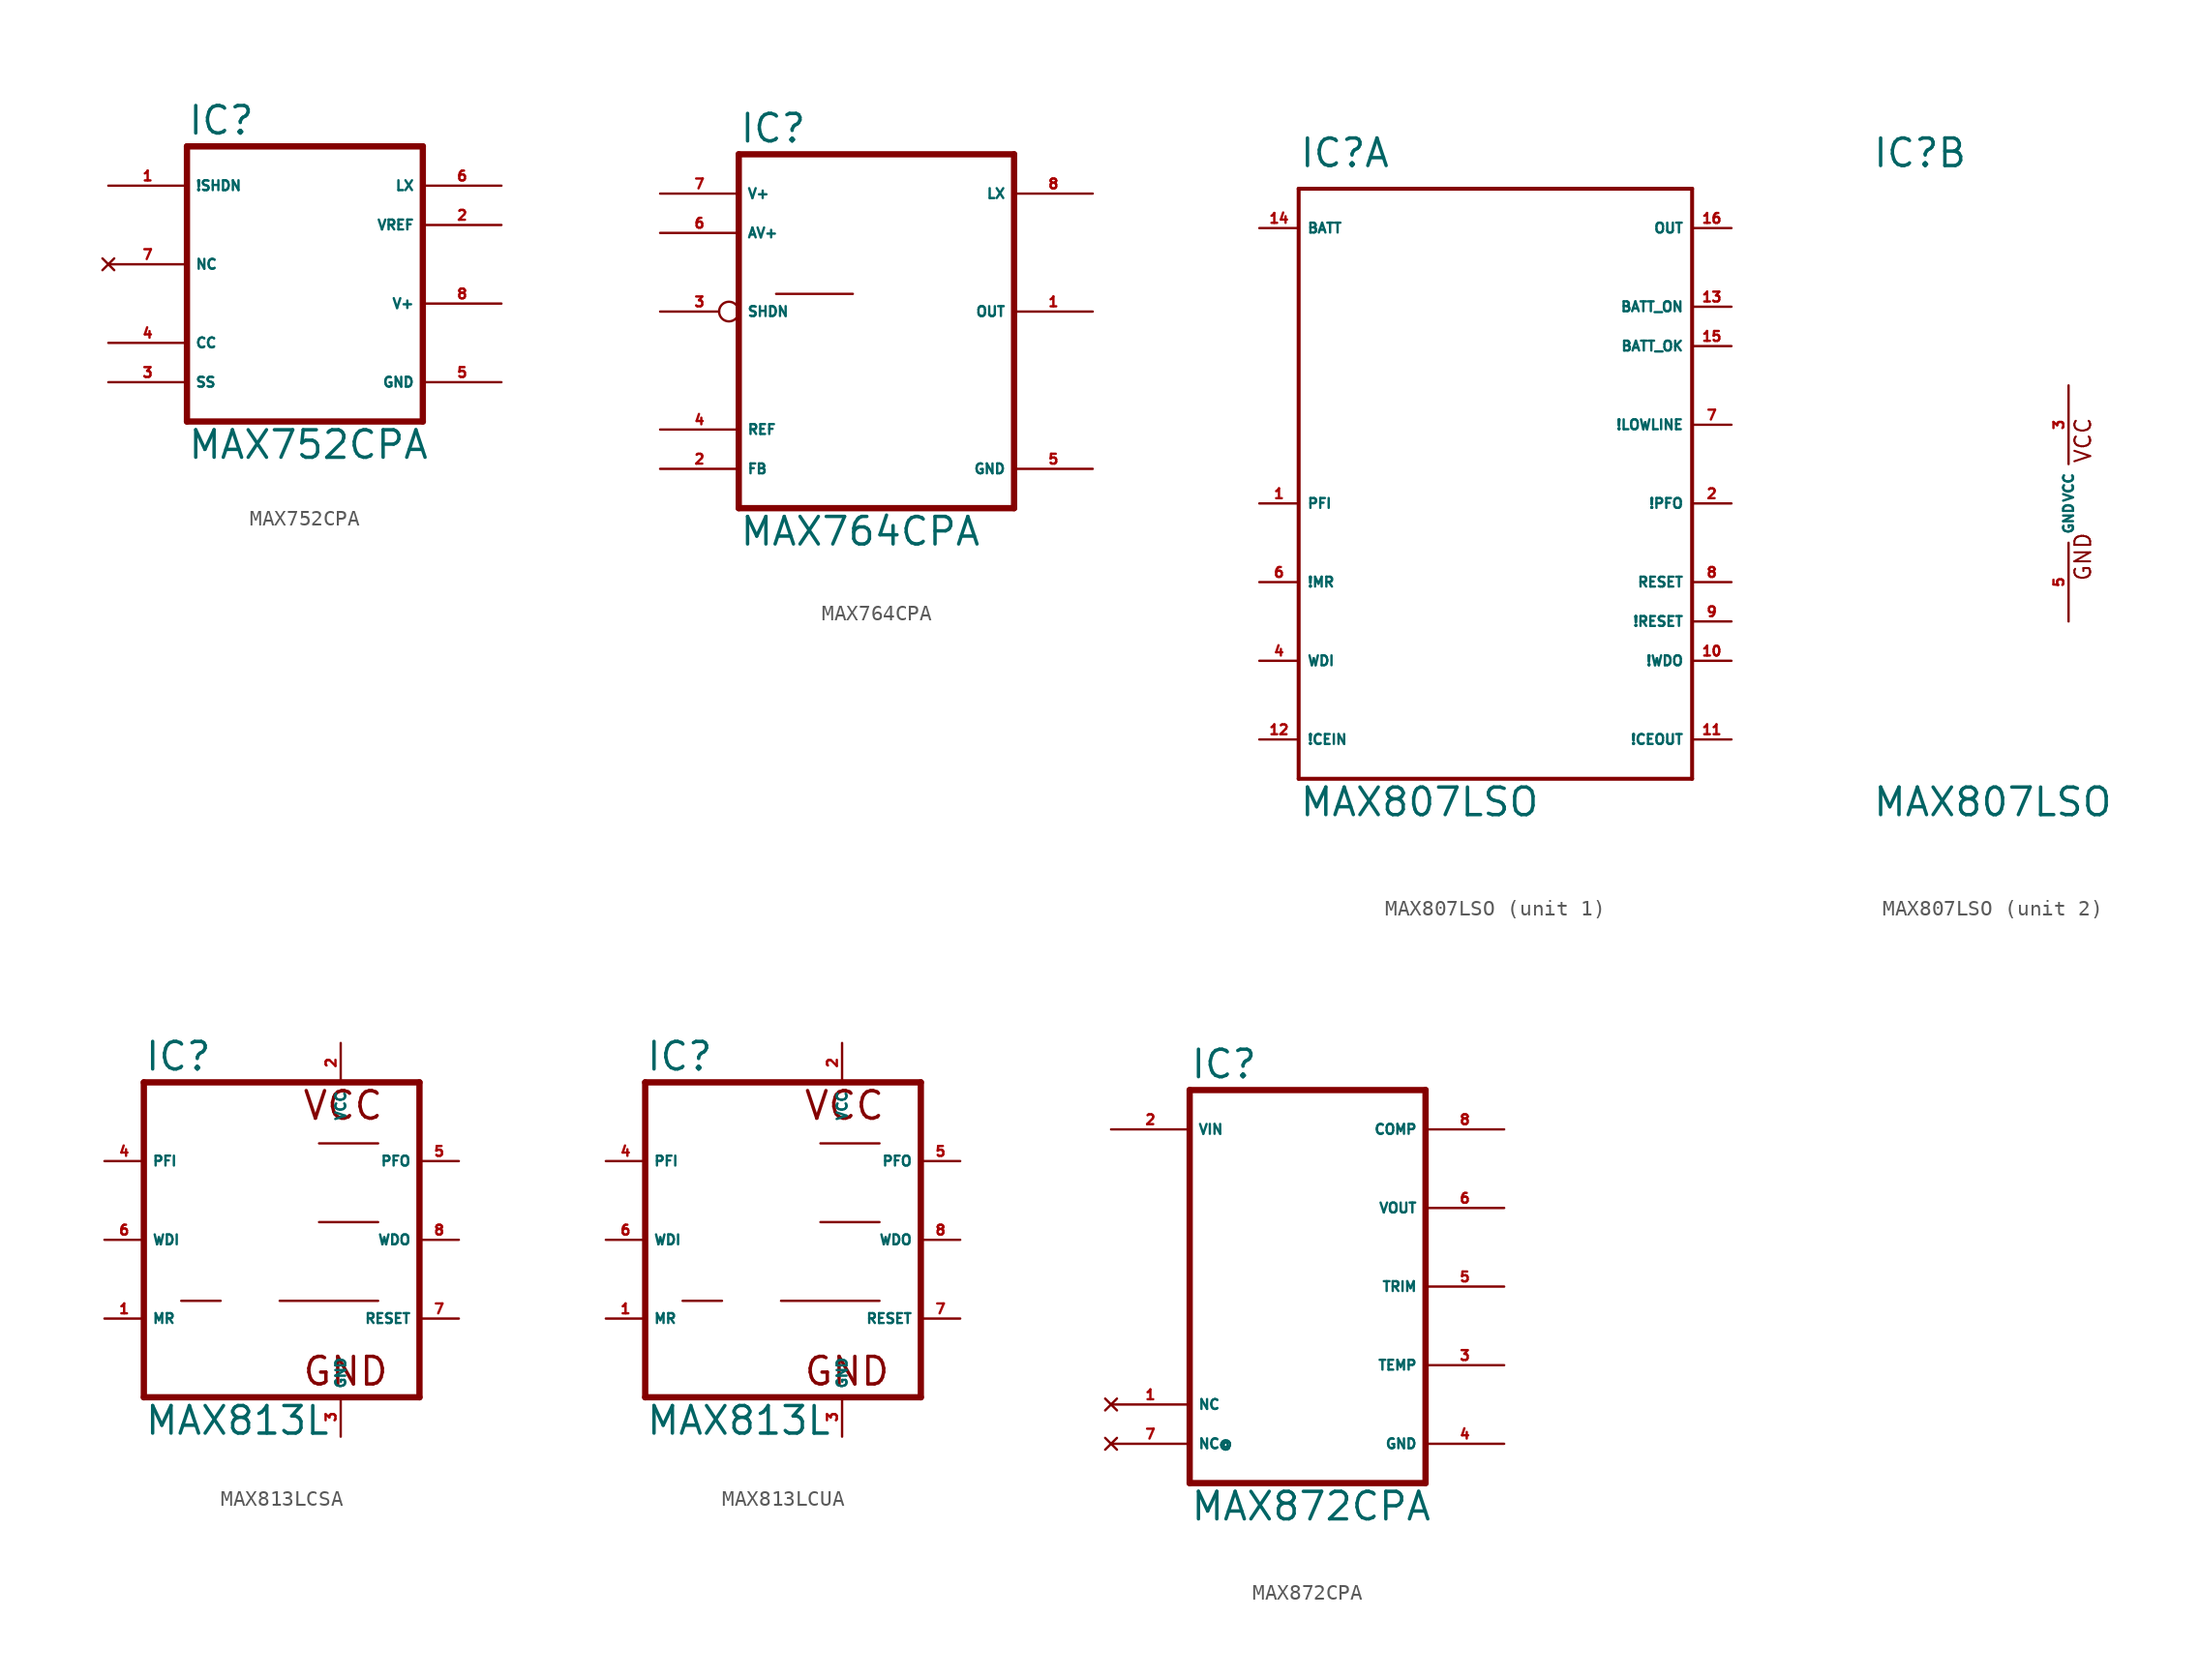
<source format=kicad_sym>
(kicad_symbol_lib
  (version 20220914)
  (generator Eagle2Kicad)
  (symbol "MAX752CPA"
    (property "Reference" "IC"
      (at -7.62 10.795 0)
      (effects (font (size 1.778 1.778) (thickness 0.22)) (justify left bottom)))
    (property "Value" "MAX752CPA"
      (at -7.62 -10.16 0)
      (effects (font (size 1.778 1.778) (thickness 0.22)) (justify left bottom)))
    (polyline
      (pts (xy 7.62 -7.62) (xy -7.62 -7.62))
      (stroke (width 0.406) (type default))
      (fill (type none)))
    (polyline
      (pts (xy -7.62 10.16) (xy -7.62 -7.62))
      (stroke (width 0.406) (type default))
      (fill (type none)))
    (polyline
      (pts (xy -7.62 10.16) (xy 7.62 10.16))
      (stroke (width 0.406) (type default))
      (fill (type none)))
    (polyline
      (pts (xy 7.62 -7.62) (xy 7.62 10.16))
      (stroke (width 0.406) (type default))
      (fill (type none)))
    (pin input line
      (at -12.7 7.62 0)
      (length 5.08)
      (name "!SHDN" (effects (font (size 0.635 0.635) (thickness 0.08)) (justify left bottom)))
      (number "1" (effects (font (size 0.635 0.635) (thickness 0.08)) (justify left bottom))))
    (pin output line
      (at 12.7 5.08 180)
      (length 5.08)
      (name "VREF" (effects (font (size 0.635 0.635) (thickness 0.08)) (justify left bottom)))
      (number "2" (effects (font (size 0.635 0.635) (thickness 0.08)) (justify left bottom))))
    (pin passive line
      (at -12.7 -5.08 0)
      (length 5.08)
      (name "SS" (effects (font (size 0.635 0.635) (thickness 0.08)) (justify left bottom)))
      (number "3" (effects (font (size 0.635 0.635) (thickness 0.08)) (justify left bottom))))
    (pin input line
      (at -12.7 -2.54 0)
      (length 5.08)
      (name "CC" (effects (font (size 0.635 0.635) (thickness 0.08)) (justify left bottom)))
      (number "4" (effects (font (size 0.635 0.635) (thickness 0.08)) (justify left bottom))))
    (pin unspecified line
      (at 12.7 -5.08 180)
      (length 5.08)
      (name "GND" (effects (font (size 0.635 0.635) (thickness 0.08)) (justify left bottom)))
      (number "5" (effects (font (size 0.635 0.635) (thickness 0.08)) (justify left bottom))))
    (pin unspecified line
      (at 12.7 0 180)
      (length 5.08)
      (name "V+" (effects (font (size 0.635 0.635) (thickness 0.08)) (justify left bottom)))
      (number "8" (effects (font (size 0.635 0.635) (thickness 0.08)) (justify left bottom))))
    (pin no_connect line
      (at -12.7 2.54 0)
      (length 5.08)
      (name "NC" (effects (font (size 0.635 0.635) (thickness 0.08)) (justify left bottom) hide))
      (number "7" (effects (font (size 0.635 0.635) (thickness 0.08)) (justify left bottom) hide)))
    (pin output line
      (at 12.7 7.62 180)
      (length 5.08)
      (name "LX" (effects (font (size 0.635 0.635) (thickness 0.08)) (justify left bottom)))
      (number "6" (effects (font (size 0.635 0.635) (thickness 0.08)) (justify left bottom)))))
  (symbol "MAX764CPA"
    (property "Reference" "IC"
      (at -10.16 13.335 0)
      (effects (font (size 1.778 1.778) (thickness 0.22)) (justify left bottom)))
    (property "Value" "MAX764CPA"
      (at -10.16 -12.7 0)
      (effects (font (size 1.778 1.778) (thickness 0.22)) (justify left bottom)))
    (polyline
      (pts (xy -10.16 -10.16) (xy -10.16 12.7))
      (stroke (width 0.406) (type default))
      (fill (type none)))
    (polyline
      (pts (xy 7.62 12.7) (xy -10.16 12.7))
      (stroke (width 0.406) (type default))
      (fill (type none)))
    (polyline
      (pts (xy 7.62 12.7) (xy 7.62 -10.16))
      (stroke (width 0.406) (type default))
      (fill (type none)))
    (polyline
      (pts (xy -10.16 -10.16) (xy 7.62 -10.16))
      (stroke (width 0.406) (type default))
      (fill (type none)))
    (polyline
      (pts (xy -7.747 3.683) (xy -2.794 3.683))
      (stroke (width 0.152) (type default))
      (fill (type none)))
    (pin input inverted
      (at -15.24 2.54 0)
      (length 5.08)
      (name "SHDN" (effects (font (size 0.635 0.635) (thickness 0.08)) (justify left bottom)))
      (number "3" (effects (font (size 0.635 0.635) (thickness 0.08)) (justify left bottom))))
    (pin input line
      (at -15.24 -7.62 0)
      (length 5.08)
      (name "FB" (effects (font (size 0.635 0.635) (thickness 0.08)) (justify left bottom)))
      (number "2" (effects (font (size 0.635 0.635) (thickness 0.08)) (justify left bottom))))
    (pin unspecified line
      (at 12.7 -7.62 180)
      (length 5.08)
      (name "GND" (effects (font (size 0.635 0.635) (thickness 0.08)) (justify left bottom)))
      (number "5" (effects (font (size 0.635 0.635) (thickness 0.08)) (justify left bottom))))
    (pin unspecified line
      (at -15.24 10.16 0)
      (length 5.08)
      (name "V+" (effects (font (size 0.635 0.635) (thickness 0.08)) (justify left bottom)))
      (number "7" (effects (font (size 0.635 0.635) (thickness 0.08)) (justify left bottom))))
    (pin output line
      (at 12.7 10.16 180)
      (length 5.08)
      (name "LX" (effects (font (size 0.635 0.635) (thickness 0.08)) (justify left bottom)))
      (number "8" (effects (font (size 0.635 0.635) (thickness 0.08)) (justify left bottom))))
    (pin input line
      (at -15.24 -5.08 0)
      (length 5.08)
      (name "REF" (effects (font (size 0.635 0.635) (thickness 0.08)) (justify left bottom)))
      (number "4" (effects (font (size 0.635 0.635) (thickness 0.08)) (justify left bottom))))
    (pin unspecified line
      (at -15.24 7.62 0)
      (length 5.08)
      (name "AV+" (effects (font (size 0.635 0.635) (thickness 0.08)) (justify left bottom)))
      (number "6" (effects (font (size 0.635 0.635) (thickness 0.08)) (justify left bottom))))
    (pin unspecified line
      (at 12.7 2.54 180)
      (length 5.08)
      (name "OUT" (effects (font (size 0.635 0.635) (thickness 0.08)) (justify left bottom)))
      (number "1" (effects (font (size 0.635 0.635) (thickness 0.08)) (justify left bottom)))))
  (symbol "MAX807LSO"
    (property "Reference" "IC"
      (at -12.7 21.59 0)
      (effects (font (size 1.778 1.778) (thickness 0.22)) (justify left bottom)))
    (property "Value" "MAX807LSO"
      (at -12.7 -20.32 0)
      (effects (font (size 1.778 1.778) (thickness 0.22)) (justify left bottom)))
    (symbol "MAX807LSO_1_0"
      (polyline (pts (xy -12.7 20.32) (xy 12.7 20.32)) (stroke (width 0.254) (type default)) (fill (type none)))
      (polyline (pts (xy 12.7 20.32) (xy 12.7 -17.78)) (stroke (width 0.254) (type default)) (fill (type none)))
      (polyline (pts (xy 12.7 -17.78) (xy -12.7 -17.78)) (stroke (width 0.254) (type default)) (fill (type none)))
      (polyline (pts (xy -12.7 -17.78) (xy -12.7 20.32)) (stroke (width 0.254) (type default)) (fill (type none)))
      (pin input line (at -15.24 17.78 0) (length 2.54) (name "BATT" (effects (font (size 0.635 0.635) (thickness 0.08)) (justify left bottom))) (number "14" (effects (font (size 0.635 0.635) (thickness 0.08)) (justify left bottom))))
      (pin input line (at -15.24 0 0) (length 2.54) (name "PFI" (effects (font (size 0.635 0.635) (thickness 0.08)) (justify left bottom))) (number "1" (effects (font (size 0.635 0.635) (thickness 0.08)) (justify left bottom))))
      (pin input line (at -15.24 -15.24 0) (length 2.54) (name "!CEIN" (effects (font (size 0.635 0.635) (thickness 0.08)) (justify left bottom))) (number "12" (effects (font (size 0.635 0.635) (thickness 0.08)) (justify left bottom))))
      (pin output line (at 15.24 17.78 180) (length 2.54) (name "OUT" (effects (font (size 0.635 0.635) (thickness 0.08)) (justify left bottom))) (number "16" (effects (font (size 0.635 0.635) (thickness 0.08)) (justify left bottom))))
      (pin output line (at 15.24 12.7 180) (length 2.54) (name "BATT_ON" (effects (font (size 0.635 0.635) (thickness 0.08)) (justify left bottom))) (number "13" (effects (font (size 0.635 0.635) (thickness 0.08)) (justify left bottom))))
      (pin output line (at 15.24 5.08 180) (length 2.54) (name "!LOWLINE" (effects (font (size 0.635 0.635) (thickness 0.08)) (justify left bottom))) (number "7" (effects (font (size 0.635 0.635) (thickness 0.08)) (justify left bottom))))
      (pin output line (at 15.24 10.16 180) (length 2.54) (name "BATT_OK" (effects (font (size 0.635 0.635) (thickness 0.08)) (justify left bottom))) (number "15" (effects (font (size 0.635 0.635) (thickness 0.08)) (justify left bottom))))
      (pin output line (at 15.24 0 180) (length 2.54) (name "!PFO" (effects (font (size 0.635 0.635) (thickness 0.08)) (justify left bottom))) (number "2" (effects (font (size 0.635 0.635) (thickness 0.08)) (justify left bottom))))
      (pin output line (at 15.24 -15.24 180) (length 2.54) (name "!CEOUT" (effects (font (size 0.635 0.635) (thickness 0.08)) (justify left bottom))) (number "11" (effects (font (size 0.635 0.635) (thickness 0.08)) (justify left bottom))))
      (pin output line (at 15.24 -5.08 180) (length 2.54) (name "RESET" (effects (font (size 0.635 0.635) (thickness 0.08)) (justify left bottom))) (number "8" (effects (font (size 0.635 0.635) (thickness 0.08)) (justify left bottom))))
      (pin output line (at 15.24 -7.62 180) (length 2.54) (name "!RESET" (effects (font (size 0.635 0.635) (thickness 0.08)) (justify left bottom))) (number "9" (effects (font (size 0.635 0.635) (thickness 0.08)) (justify left bottom))))
      (pin output line (at 15.24 -10.16 180) (length 2.54) (name "!WDO" (effects (font (size 0.635 0.635) (thickness 0.08)) (justify left bottom))) (number "10" (effects (font (size 0.635 0.635) (thickness 0.08)) (justify left bottom))))
      (pin input line (at -15.24 -5.08 0) (length 2.54) (name "!MR" (effects (font (size 0.635 0.635) (thickness 0.08)) (justify left bottom))) (number "6" (effects (font (size 0.635 0.635) (thickness 0.08)) (justify left bottom))))
      (pin input line (at -15.24 -10.16 0) (length 2.54) (name "WDI" (effects (font (size 0.635 0.635) (thickness 0.08)) (justify left bottom))) (number "4" (effects (font (size 0.635 0.635) (thickness 0.08)) (justify left bottom)))))
    (symbol "MAX807LSO_2_0"
      (text "GND" (at 1.524 -5.08 900) (effects (font (size 1.016 1.016) (thickness 0.13)) (justify left bottom)))
      (text "VCC" (at 1.524 2.54 900) (effects (font (size 1.016 1.016) (thickness 0.13)) (justify left bottom)))
      (pin unspecified line (at 0 7.62 270) (length 5.08) (name "VCC" (effects (font (size 0.635 0.635) (thickness 0.08)) (justify left bottom))) (number "3" (effects (font (size 0.635 0.635) (thickness 0.08)) (justify left bottom))))
      (pin unspecified line (at 0 -7.62 90) (length 5.08) (name "GND" (effects (font (size 0.635 0.635) (thickness 0.08)) (justify left bottom))) (number "5" (effects (font (size 0.635 0.635) (thickness 0.08)) (justify left bottom))))))
  (symbol "MAX813LCSA"
    (property "Reference" "IC"
      (at -7.62 10.795 0)
      (effects (font (size 1.778 1.778) (thickness 0.22)) (justify left bottom)))
    (property "Value" "MAX813L"
      (at -7.62 -12.7 0)
      (effects (font (size 1.778 1.778) (thickness 0.22)) (justify left bottom)))
    (polyline
      (pts (xy 10.16 -10.16) (xy -7.62 -10.16))
      (stroke (width 0.406) (type default))
      (fill (type none)))
    (polyline
      (pts (xy -7.62 10.16) (xy -7.62 -10.16))
      (stroke (width 0.406) (type default))
      (fill (type none)))
    (polyline
      (pts (xy -7.62 10.16) (xy 10.16 10.16))
      (stroke (width 0.406) (type default))
      (fill (type none)))
    (polyline
      (pts (xy 10.16 -10.16) (xy 10.16 10.16))
      (stroke (width 0.406) (type default))
      (fill (type none)))
    (polyline
      (pts (xy -5.207 -3.937) (xy -2.667 -3.937))
      (stroke (width 0.152) (type default))
      (fill (type none)))
    (polyline
      (pts (xy 3.683 6.223) (xy 7.493 6.223))
      (stroke (width 0.152) (type default))
      (fill (type none)))
    (polyline
      (pts (xy 1.143 -3.937) (xy 7.493 -3.937))
      (stroke (width 0.152) (type default))
      (fill (type none)))
    (polyline
      (pts (xy 3.683 1.143) (xy 7.493 1.143))
      (stroke (width 0.152) (type default))
      (fill (type none)))
    (text "VCC"
      (at 2.54 7.62 0)
      (effects (font (size 1.778 1.778) (thickness 0.22)) (justify left bottom)))
    (text "GND"
      (at 2.54 -9.525 0)
      (effects (font (size 1.778 1.778) (thickness 0.22)) (justify left bottom)))
    (pin output line
      (at 12.7 5.08 180)
      (length 2.54)
      (name "PFO" (effects (font (size 0.635 0.635) (thickness 0.08)) (justify left bottom)))
      (number "5" (effects (font (size 0.635 0.635) (thickness 0.08)) (justify left bottom))))
    (pin input line
      (at -10.16 5.08 0)
      (length 2.54)
      (name "PFI" (effects (font (size 0.635 0.635) (thickness 0.08)) (justify left bottom)))
      (number "4" (effects (font (size 0.635 0.635) (thickness 0.08)) (justify left bottom))))
    (pin input line
      (at -10.16 -5.08 0)
      (length 2.54)
      (name "MR" (effects (font (size 0.635 0.635) (thickness 0.08)) (justify left bottom)))
      (number "1" (effects (font (size 0.635 0.635) (thickness 0.08)) (justify left bottom))))
    (pin output line
      (at 12.7 0 180)
      (length 2.54)
      (name "WDO" (effects (font (size 0.635 0.635) (thickness 0.08)) (justify left bottom)))
      (number "8" (effects (font (size 0.635 0.635) (thickness 0.08)) (justify left bottom))))
    (pin unspecified line
      (at 5.08 -12.7 90)
      (length 2.54)
      (name "GND" (effects (font (size 0.635 0.635) (thickness 0.08)) (justify left bottom)))
      (number "3" (effects (font (size 0.635 0.635) (thickness 0.08)) (justify left bottom))))
    (pin unspecified line
      (at 5.08 12.7 270)
      (length 2.54)
      (name "VCC" (effects (font (size 0.635 0.635) (thickness 0.08)) (justify left bottom)))
      (number "2" (effects (font (size 0.635 0.635) (thickness 0.08)) (justify left bottom))))
    (pin input line
      (at -10.16 0 0)
      (length 2.54)
      (name "WDI" (effects (font (size 0.635 0.635) (thickness 0.08)) (justify left bottom)))
      (number "6" (effects (font (size 0.635 0.635) (thickness 0.08)) (justify left bottom))))
    (pin output line
      (at 12.7 -5.08 180)
      (length 2.54)
      (name "RESET" (effects (font (size 0.635 0.635) (thickness 0.08)) (justify left bottom)))
      (number "7" (effects (font (size 0.635 0.635) (thickness 0.08)) (justify left bottom)))))
  (symbol "MAX813LCUA"
    (property "Reference" "IC"
      (at -7.62 10.795 0)
      (effects (font (size 1.778 1.778) (thickness 0.22)) (justify left bottom)))
    (property "Value" "MAX813L"
      (at -7.62 -12.7 0)
      (effects (font (size 1.778 1.778) (thickness 0.22)) (justify left bottom)))
    (polyline
      (pts (xy 10.16 -10.16) (xy -7.62 -10.16))
      (stroke (width 0.406) (type default))
      (fill (type none)))
    (polyline
      (pts (xy -7.62 10.16) (xy -7.62 -10.16))
      (stroke (width 0.406) (type default))
      (fill (type none)))
    (polyline
      (pts (xy -7.62 10.16) (xy 10.16 10.16))
      (stroke (width 0.406) (type default))
      (fill (type none)))
    (polyline
      (pts (xy 10.16 -10.16) (xy 10.16 10.16))
      (stroke (width 0.406) (type default))
      (fill (type none)))
    (polyline
      (pts (xy -5.207 -3.937) (xy -2.667 -3.937))
      (stroke (width 0.152) (type default))
      (fill (type none)))
    (polyline
      (pts (xy 3.683 6.223) (xy 7.493 6.223))
      (stroke (width 0.152) (type default))
      (fill (type none)))
    (polyline
      (pts (xy 1.143 -3.937) (xy 7.493 -3.937))
      (stroke (width 0.152) (type default))
      (fill (type none)))
    (polyline
      (pts (xy 3.683 1.143) (xy 7.493 1.143))
      (stroke (width 0.152) (type default))
      (fill (type none)))
    (text "VCC"
      (at 2.54 7.62 0)
      (effects (font (size 1.778 1.778) (thickness 0.22)) (justify left bottom)))
    (text "GND"
      (at 2.54 -9.525 0)
      (effects (font (size 1.778 1.778) (thickness 0.22)) (justify left bottom)))
    (pin output line
      (at 12.7 5.08 180)
      (length 2.54)
      (name "PFO" (effects (font (size 0.635 0.635) (thickness 0.08)) (justify left bottom)))
      (number "5" (effects (font (size 0.635 0.635) (thickness 0.08)) (justify left bottom))))
    (pin input line
      (at -10.16 5.08 0)
      (length 2.54)
      (name "PFI" (effects (font (size 0.635 0.635) (thickness 0.08)) (justify left bottom)))
      (number "4" (effects (font (size 0.635 0.635) (thickness 0.08)) (justify left bottom))))
    (pin input line
      (at -10.16 -5.08 0)
      (length 2.54)
      (name "MR" (effects (font (size 0.635 0.635) (thickness 0.08)) (justify left bottom)))
      (number "1" (effects (font (size 0.635 0.635) (thickness 0.08)) (justify left bottom))))
    (pin output line
      (at 12.7 0 180)
      (length 2.54)
      (name "WDO" (effects (font (size 0.635 0.635) (thickness 0.08)) (justify left bottom)))
      (number "8" (effects (font (size 0.635 0.635) (thickness 0.08)) (justify left bottom))))
    (pin unspecified line
      (at 5.08 -12.7 90)
      (length 2.54)
      (name "GND" (effects (font (size 0.635 0.635) (thickness 0.08)) (justify left bottom)))
      (number "3" (effects (font (size 0.635 0.635) (thickness 0.08)) (justify left bottom))))
    (pin unspecified line
      (at 5.08 12.7 270)
      (length 2.54)
      (name "VCC" (effects (font (size 0.635 0.635) (thickness 0.08)) (justify left bottom)))
      (number "2" (effects (font (size 0.635 0.635) (thickness 0.08)) (justify left bottom))))
    (pin input line
      (at -10.16 0 0)
      (length 2.54)
      (name "WDI" (effects (font (size 0.635 0.635) (thickness 0.08)) (justify left bottom)))
      (number "6" (effects (font (size 0.635 0.635) (thickness 0.08)) (justify left bottom))))
    (pin output line
      (at 12.7 -5.08 180)
      (length 2.54)
      (name "RESET" (effects (font (size 0.635 0.635) (thickness 0.08)) (justify left bottom)))
      (number "7" (effects (font (size 0.635 0.635) (thickness 0.08)) (justify left bottom)))))
  (symbol "MAX872CPA"
    (property "Reference" "IC"
      (at -7.62 13.335 0)
      (effects (font (size 1.778 1.778) (thickness 0.22)) (justify left bottom)))
    (property "Value" "MAX872CPA"
      (at -7.62 -15.24 0)
      (effects (font (size 1.778 1.778) (thickness 0.22)) (justify left bottom)))
    (polyline
      (pts (xy -7.62 -12.7) (xy 7.62 -12.7))
      (stroke (width 0.406) (type default))
      (fill (type none)))
    (polyline
      (pts (xy 7.62 12.7) (xy 7.62 -12.7))
      (stroke (width 0.406) (type default))
      (fill (type none)))
    (polyline
      (pts (xy 7.62 12.7) (xy -7.62 12.7))
      (stroke (width 0.406) (type default))
      (fill (type none)))
    (polyline
      (pts (xy -7.62 -12.7) (xy -7.62 12.7))
      (stroke (width 0.406) (type default))
      (fill (type none)))
    (pin input line
      (at -12.7 10.16 0)
      (length 5.08)
      (name "VIN" (effects (font (size 0.635 0.635) (thickness 0.08)) (justify left bottom)))
      (number "2" (effects (font (size 0.635 0.635) (thickness 0.08)) (justify left bottom))))
    (pin passive line
      (at 12.7 0 180)
      (length 5.08)
      (name "TRIM" (effects (font (size 0.635 0.635) (thickness 0.08)) (justify left bottom)))
      (number "5" (effects (font (size 0.635 0.635) (thickness 0.08)) (justify left bottom))))
    (pin no_connect line
      (at -12.7 -7.62 0)
      (length 5.08)
      (name "NC" (effects (font (size 0.635 0.635) (thickness 0.08)) (justify left bottom) hide))
      (number "1" (effects (font (size 0.635 0.635) (thickness 0.08)) (justify left bottom) hide)))
    (pin no_connect line
      (at -12.7 -10.16 0)
      (length 5.08)
      (name "NC@" (effects (font (size 0.635 0.635) (thickness 0.08)) (justify left bottom) hide))
      (number "7" (effects (font (size 0.635 0.635) (thickness 0.08)) (justify left bottom) hide)))
    (pin output line
      (at 12.7 5.08 180)
      (length 5.08)
      (name "VOUT" (effects (font (size 0.635 0.635) (thickness 0.08)) (justify left bottom)))
      (number "6" (effects (font (size 0.635 0.635) (thickness 0.08)) (justify left bottom))))
    (pin unspecified line
      (at 12.7 -10.16 180)
      (length 5.08)
      (name "GND" (effects (font (size 0.635 0.635) (thickness 0.08)) (justify left bottom)))
      (number "4" (effects (font (size 0.635 0.635) (thickness 0.08)) (justify left bottom))))
    (pin passive line
      (at 12.7 10.16 180)
      (length 5.08)
      (name "COMP" (effects (font (size 0.635 0.635) (thickness 0.08)) (justify left bottom)))
      (number "8" (effects (font (size 0.635 0.635) (thickness 0.08)) (justify left bottom))))
    (pin output line
      (at 12.7 -5.08 180)
      (length 5.08)
      (name "TEMP" (effects (font (size 0.635 0.635) (thickness 0.08)) (justify left bottom)))
      (number "3" (effects (font (size 0.635 0.635) (thickness 0.08)) (justify left bottom))))))
</source>
